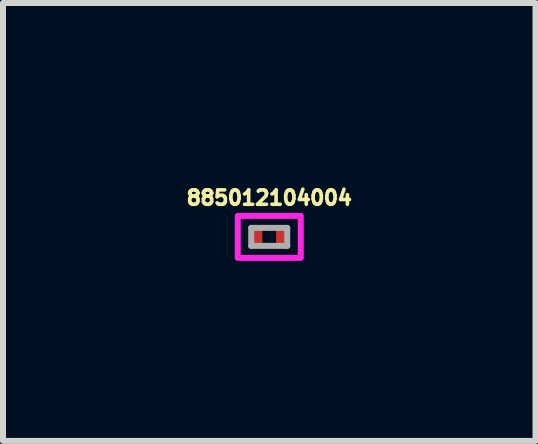
<source format=kicad_pcb>
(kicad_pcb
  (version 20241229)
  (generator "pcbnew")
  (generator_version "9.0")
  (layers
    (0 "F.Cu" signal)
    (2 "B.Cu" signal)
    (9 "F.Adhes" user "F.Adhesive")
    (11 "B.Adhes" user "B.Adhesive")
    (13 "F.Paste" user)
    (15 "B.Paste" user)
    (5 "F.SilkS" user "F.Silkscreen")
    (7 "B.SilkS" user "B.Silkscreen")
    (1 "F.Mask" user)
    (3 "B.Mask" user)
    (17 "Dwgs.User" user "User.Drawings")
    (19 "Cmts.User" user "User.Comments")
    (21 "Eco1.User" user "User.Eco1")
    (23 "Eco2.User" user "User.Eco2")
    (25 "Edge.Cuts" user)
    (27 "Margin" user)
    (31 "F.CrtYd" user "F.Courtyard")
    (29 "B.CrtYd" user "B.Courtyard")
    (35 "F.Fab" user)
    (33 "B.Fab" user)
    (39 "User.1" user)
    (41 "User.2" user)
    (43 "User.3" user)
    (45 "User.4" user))
  (footprint "885012104004"
    (layer "F.Cu")
    (at 1.437 0.898)
    (property "Reference" "885012104004" (at 0 -0.652 0) (layer "F.SilkS") (effects (font (size 0.24 0.24) (thickness 0.06))))
    (attr smd)
    (fp_poly (pts (xy -0.525 -0.35) (xy 0.525 -0.35) (xy 0.525 0.35) (xy -0.525 0.35)) (stroke (width 0.1) (type solid)) (fill no) (layer "F.CrtYd"))
    (fp_line (start -0.3 -0.15) (end -0.3 0.15) (stroke (width 0.1) (type solid)) (layer "F.Fab"))
    (fp_line (start -0.3 -0.15) (end 0.3 -0.15) (stroke (width 0.1) (type solid)) (layer "F.Fab"))
    (fp_line (start -0.3 0.15) (end 0.3 0.15) (stroke (width 0.1) (type solid)) (layer "F.Fab"))
    (fp_line (start 0.3 0.15) (end 0.3 -0.15) (stroke (width 0.1) (type solid)) (layer "F.Fab"))
    (pad "1" smd rect (at 0.22 0) (size 0.21 0.3) (layers "F.Cu" "F.Mask" "F.Paste"))
    (pad "2" smd rect (at -0.22 0) (size 0.21 0.3) (layers "F.Cu" "F.Mask" "F.Paste")))
  (gr_rect
    (start -3 -3)
    (end 5.875 4.298)
    (stroke (width 0.1) (type default))
    (fill no)
    (layer "Edge.Cuts")))
</source>
